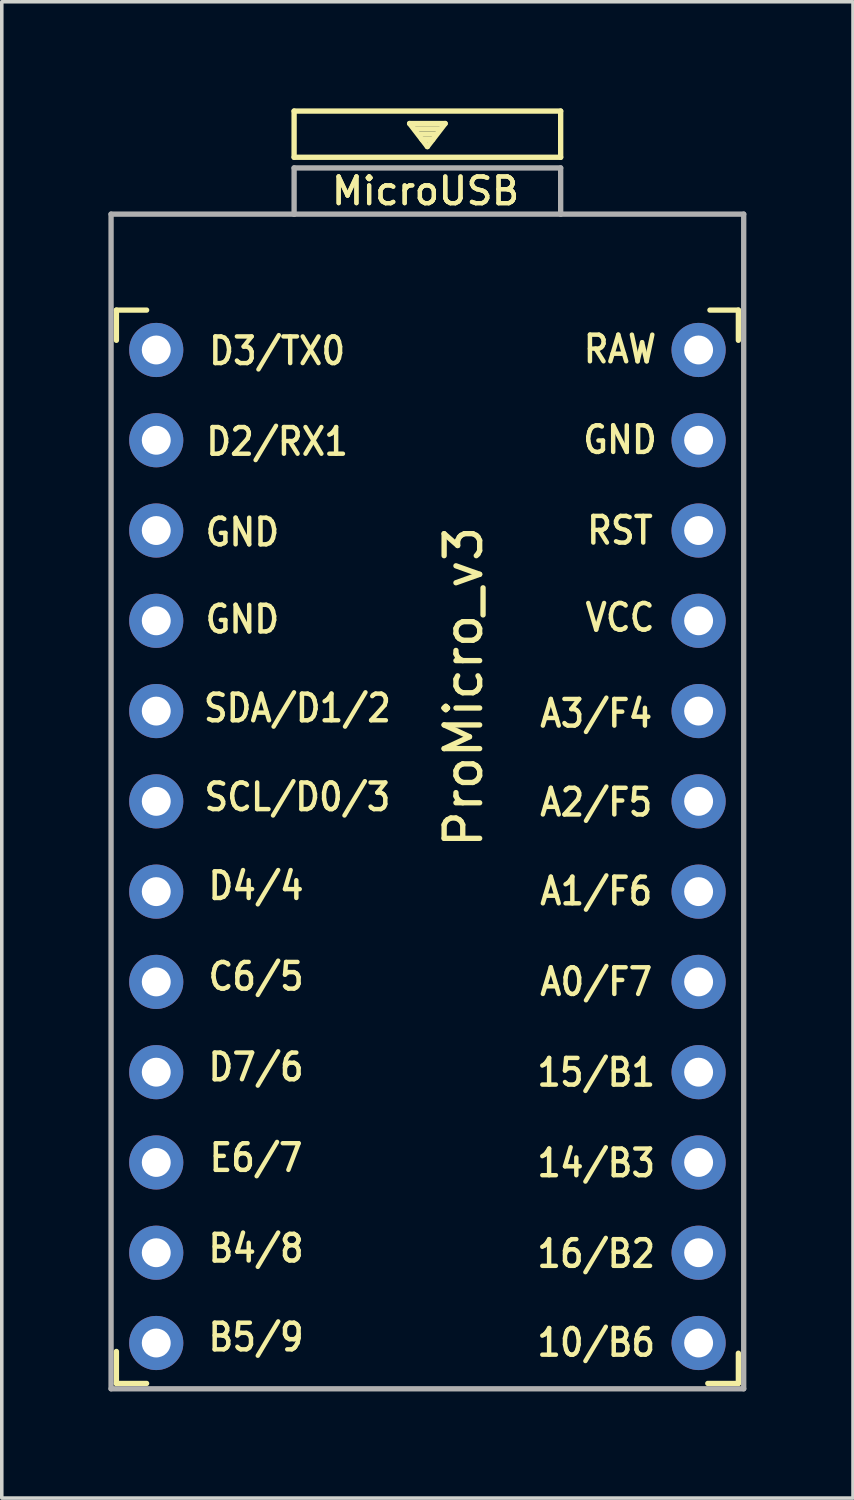
<source format=kicad_pcb>
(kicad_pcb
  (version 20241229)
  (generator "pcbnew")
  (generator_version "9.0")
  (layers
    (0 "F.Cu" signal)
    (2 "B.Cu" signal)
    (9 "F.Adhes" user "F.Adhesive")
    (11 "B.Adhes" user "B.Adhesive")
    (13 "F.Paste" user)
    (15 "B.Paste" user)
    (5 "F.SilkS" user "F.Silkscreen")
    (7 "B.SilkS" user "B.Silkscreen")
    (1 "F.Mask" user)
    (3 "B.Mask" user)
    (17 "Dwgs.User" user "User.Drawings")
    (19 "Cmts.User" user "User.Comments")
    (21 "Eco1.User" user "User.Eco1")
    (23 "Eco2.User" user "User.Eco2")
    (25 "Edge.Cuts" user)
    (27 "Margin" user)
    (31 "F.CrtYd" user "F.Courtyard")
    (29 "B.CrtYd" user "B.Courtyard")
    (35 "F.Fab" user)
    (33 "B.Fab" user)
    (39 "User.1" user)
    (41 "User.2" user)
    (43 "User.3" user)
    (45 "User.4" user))
  (footprint "ProMicro_v3"
    (layer "F.Cu")
    (at 8.975 21.275)
    (property "Reference" "ProMicro_v3" (at 1.016 -5 270) (layer "F.SilkS") (effects (font (size 1 1) (thickness 0.15))))
    (attr through_hole)
    (fp_line (start -8.75 -15.6) (end -8.75 -14.75) (stroke (width 0.15) (type solid)) (layer "F.SilkS"))
    (fp_line (start -8.75 -15.6) (end -7.9 -15.6) (stroke (width 0.15) (type solid)) (layer "F.SilkS"))
    (fp_line (start -8.75 13.7) (end -8.75 14.6) (stroke (width 0.15) (type solid)) (layer "F.SilkS"))
    (fp_line (start -8.75 14.6) (end -7.9 14.6) (stroke (width 0.15) (type solid)) (layer "F.SilkS"))
    (fp_line (start -3.75 -21.2) (end -3.75 -19.9) (stroke (width 0.15) (type solid)) (layer "F.SilkS"))
    (fp_line (start -3.75 -19.9) (end 3.75 -19.9) (stroke (width 0.15) (type solid)) (layer "F.SilkS"))
    (fp_line (start -0.5 -20.85) (end 0.5 -20.85) (stroke (width 0.15) (type solid)) (layer "F.SilkS"))
    (fp_line (start -0.35 -20.7) (end 0.35 -20.7) (stroke (width 0.15) (type solid)) (layer "F.SilkS"))
    (fp_line (start -0.25 -20.55) (end 0.25 -20.55) (stroke (width 0.15) (type solid)) (layer "F.SilkS"))
    (fp_line (start -0.15 -20.4) (end 0.15 -20.4) (stroke (width 0.15) (type solid)) (layer "F.SilkS"))
    (fp_line (start 0 -20.2) (end -0.5 -20.85) (stroke (width 0.15) (type solid)) (layer "F.SilkS"))
    (fp_line (start 0.5 -20.85) (end 0 -20.2) (stroke (width 0.15) (type solid)) (layer "F.SilkS"))
    (fp_line (start 3.75 -21.2) (end -3.75 -21.2) (stroke (width 0.15) (type solid)) (layer "F.SilkS"))
    (fp_line (start 3.75 -19.9) (end 3.75 -21.2) (stroke (width 0.15) (type solid)) (layer "F.SilkS"))
    (fp_line (start 8.75 -15.6) (end 7.95 -15.6) (stroke (width 0.15) (type solid)) (layer "F.SilkS"))
    (fp_line (start 8.75 -15.6) (end 8.75 -14.75) (stroke (width 0.15) (type solid)) (layer "F.SilkS"))
    (fp_line (start 8.75 13.75) (end 8.75 14.6) (stroke (width 0.15) (type solid)) (layer "F.SilkS"))
    (fp_line (start 8.75 14.6) (end 7.89 14.6) (stroke (width 0.15) (type solid)) (layer "F.SilkS"))
    (fp_line (start -8.9 -18.3) (end -3.75 -18.3) (stroke (width 0.15) (type solid)) (layer "F.Fab"))
    (fp_line (start -8.9 14.75) (end -8.9 -18.3) (stroke (width 0.15) (type solid)) (layer "F.Fab"))
    (fp_line (start -3.75 -19.6) (end -3.75 -18.299) (stroke (width 0.15) (type solid)) (layer "F.Fab"))
    (fp_line (start -3.75 -19.6) (end 3.75 -19.6) (stroke (width 0.15) (type solid)) (layer "F.Fab"))
    (fp_line (start -3.75 -18.3) (end 3.75 -18.3) (stroke (width 0.15) (type solid)) (layer "F.Fab"))
    (fp_line (start 3.75 -19.6) (end 3.75 -18.3) (stroke (width 0.15) (type solid)) (layer "F.Fab"))
    (fp_line (start 3.76 -18.3) (end 8.9 -18.3) (stroke (width 0.15) (type solid)) (layer "F.Fab"))
    (fp_line (start 8.9 -18.3) (end 8.9 14.75) (stroke (width 0.15) (type solid)) (layer "F.Fab"))
    (fp_line (start 8.9 14.75) (end -8.9 14.75) (stroke (width 0.15) (type solid)) (layer "F.Fab"))
    (fp_text user "D2/RX1" (at -4.227 -11.9 0) (unlocked yes) (layer "F.SilkS") (effects (font (size 0.75 0.67) (thickness 0.125))))
    (fp_text user "15/B1" (at 4.749 5.85 0) (unlocked yes) (layer "F.SilkS") (effects (font (size 0.75 0.67) (thickness 0.125))))
    (fp_text user "14/B3" (at 4.749 8.4 0) (unlocked yes) (layer "F.SilkS") (effects (font (size 0.75 0.67) (thickness 0.125))))
    (fp_text user "D3/TX0" (at -4.227 -14.45 0) (unlocked yes) (layer "F.SilkS") (effects (font (size 0.75 0.67) (thickness 0.125))))
    (fp_text user "GND" (at -5.205 -9.35 0) (unlocked yes) (layer "F.SilkS") (effects (font (size 0.75 0.67) (thickness 0.125))))
    (fp_text user "16/B2" (at 4.749 10.95 0) (unlocked yes) (layer "F.SilkS") (effects (font (size 0.75 0.67) (thickness 0.125))))
    (fp_text user "D7/6" (at -4.82 5.7 0) (unlocked yes) (layer "F.SilkS") (effects (font (size 0.75 0.67) (thickness 0.125))))
    (fp_text user "VCC" (at 5.419 -6.95 0) (unlocked yes) (layer "F.SilkS") (effects (font (size 0.75 0.67) (thickness 0.125))))
    (fp_text user "B5/9" (at -4.82 13.3 0) (unlocked yes) (layer "F.SilkS") (effects (font (size 0.75 0.67) (thickness 0.125))))
    (fp_text user "MicroUSB" (at -0.05 -18.95 0) (layer "F.SilkS") (effects (font (size 0.75 0.75) (thickness 0.12))))
    (fp_text user "SDA/D1/2" (at -3.657 -4.4 0) (unlocked yes) (layer "F.SilkS") (effects (font (size 0.75 0.67) (thickness 0.125))))
    (fp_text user "A2/F5" (at 4.749 -1.75 0) (unlocked yes) (layer "F.SilkS") (effects (font (size 0.75 0.67) (thickness 0.125))))
    (fp_text user "D4/4" (at -4.82 0.6 0) (unlocked yes) (layer "F.SilkS") (effects (font (size 0.75 0.67) (thickness 0.125))))
    (fp_text user "A0/F7" (at 4.749 3.3 0) (unlocked yes) (layer "F.SilkS") (effects (font (size 0.75 0.67) (thickness 0.125))))
    (fp_text user "B4/8" (at -4.82 10.8 0) (unlocked yes) (layer "F.SilkS") (effects (font (size 0.75 0.67) (thickness 0.125))))
    (fp_text user "MicroUSB" (at -0.05 -18.95 0) (layer "F.SilkS") (effects (font (size 0.75 0.75) (thickness 0.12))))
    (fp_text user "SCL/D0/3" (at -3.657 -1.9 0) (unlocked yes) (layer "F.SilkS") (effects (font (size 0.75 0.67) (thickness 0.125))))
    (fp_text user "A1/F6" (at 4.749 0.75 0) (unlocked yes) (layer "F.SilkS") (effects (font (size 0.75 0.67) (thickness 0.125))))
    (fp_text user "RST" (at 5.419 -9.4 0) (unlocked yes) (layer "F.SilkS") (effects (font (size 0.75 0.67) (thickness 0.125))))
    (fp_text user "A3/F4" (at 4.749 -4.25 0) (unlocked yes) (layer "F.SilkS") (effects (font (size 0.75 0.67) (thickness 0.125))))
    (fp_text user "RAW" (at 5.419 -14.5 0) (unlocked yes) (layer "F.SilkS") (effects (font (size 0.75 0.67) (thickness 0.125))))
    (fp_text user "GND" (at 5.419 -11.95 0) (unlocked yes) (layer "F.SilkS") (effects (font (size 0.75 0.67) (thickness 0.125))))
    (fp_text user "10/B6" (at 4.749 13.45 0) (unlocked yes) (layer "F.SilkS") (effects (font (size 0.75 0.67) (thickness 0.125))))
    (fp_text user "GND" (at -5.205 -6.9 0) (unlocked yes) (layer "F.SilkS") (effects (font (size 0.75 0.67) (thickness 0.125))))
    (fp_text user "C6/5" (at -4.82 3.15 0) (unlocked yes) (layer "F.SilkS") (effects (font (size 0.75 0.67) (thickness 0.125))))
    (fp_text user "E6/7" (at -4.82 8.25 0) (unlocked yes) (layer "F.SilkS") (effects (font (size 0.75 0.67) (thickness 0.125))))
    (pad "1" thru_hole circle (at -7.629 -14.478) (size 1.524 1.524) (drill 0.813) (layers "*.Cu" "B.Mask"))
    (pad "2" thru_hole circle (at -7.629 -11.938) (size 1.524 1.524) (drill 0.813) (layers "*.Cu" "B.Mask"))
    (pad "3" thru_hole circle (at -7.629 -9.398) (size 1.524 1.524) (drill 0.813) (layers "*.Cu" "B.Mask"))
    (pad "4" thru_hole circle (at -7.629 -6.858) (size 1.524 1.524) (drill 0.813) (layers "*.Cu" "B.Mask"))
    (pad "5" thru_hole circle (at -7.629 -4.318) (size 1.524 1.524) (drill 0.813) (layers "*.Cu" "B.Mask"))
    (pad "6" thru_hole circle (at -7.629 -1.778) (size 1.524 1.524) (drill 0.813) (layers "*.Cu" "B.Mask"))
    (pad "7" thru_hole circle (at -7.629 0.762) (size 1.524 1.524) (drill 0.813) (layers "*.Cu" "B.Mask"))
    (pad "8" thru_hole circle (at -7.629 3.302) (size 1.524 1.524) (drill 0.813) (layers "*.Cu" "B.Mask"))
    (pad "9" thru_hole circle (at -7.629 5.842) (size 1.524 1.524) (drill 0.813) (layers "*.Cu" "B.Mask"))
    (pad "10" thru_hole circle (at -7.629 8.382) (size 1.524 1.524) (drill 0.813) (layers "*.Cu" "B.Mask"))
    (pad "11" thru_hole circle (at -7.629 10.922) (size 1.524 1.524) (drill 0.813) (layers "*.Cu" "B.Mask"))
    (pad "12" thru_hole circle (at -7.629 13.462) (size 1.524 1.524) (drill 0.813) (layers "*.Cu" "B.Mask"))
    (pad "13" thru_hole circle (at 7.631 13.462) (size 1.524 1.524) (drill 0.813) (layers "*.Cu" "B.Mask"))
    (pad "14" thru_hole circle (at 7.631 10.922) (size 1.524 1.524) (drill 0.813) (layers "*.Cu" "B.Mask"))
    (pad "15" thru_hole circle (at 7.631 8.382) (size 1.524 1.524) (drill 0.813) (layers "*.Cu" "B.Mask"))
    (pad "16" thru_hole circle (at 7.631 5.842) (size 1.524 1.524) (drill 0.813) (layers "*.Cu" "B.Mask"))
    (pad "17" thru_hole circle (at 7.631 3.302) (size 1.524 1.524) (drill 0.813) (layers "*.Cu" "B.Mask"))
    (pad "18" thru_hole circle (at 7.631 0.762) (size 1.524 1.524) (drill 0.813) (layers "*.Cu" "B.Mask"))
    (pad "19" thru_hole circle (at 7.631 -1.778) (size 1.524 1.524) (drill 0.813) (layers "*.Cu" "B.Mask"))
    (pad "20" thru_hole circle (at 7.631 -4.318) (size 1.524 1.524) (drill 0.813) (layers "*.Cu" "B.Mask"))
    (pad "21" thru_hole circle (at 7.631 -6.858) (size 1.524 1.524) (drill 0.813) (layers "*.Cu" "B.Mask"))
    (pad "22" thru_hole circle (at 7.631 -9.398) (size 1.524 1.524) (drill 0.813) (layers "*.Cu" "B.Mask"))
    (pad "23" thru_hole circle (at 7.631 -11.938) (size 1.524 1.524) (drill 0.813) (layers "*.Cu" "B.Mask"))
    (pad "24" thru_hole circle (at 7.631 -14.478) (size 1.524 1.524) (drill 0.813) (layers "*.Cu" "B.Mask")))
  (gr_rect
    (start -3 -3)
    (end 20.95 39.1)
    (stroke (width 0.1) (type default))
    (fill no)
    (layer "Edge.Cuts")))
</source>
